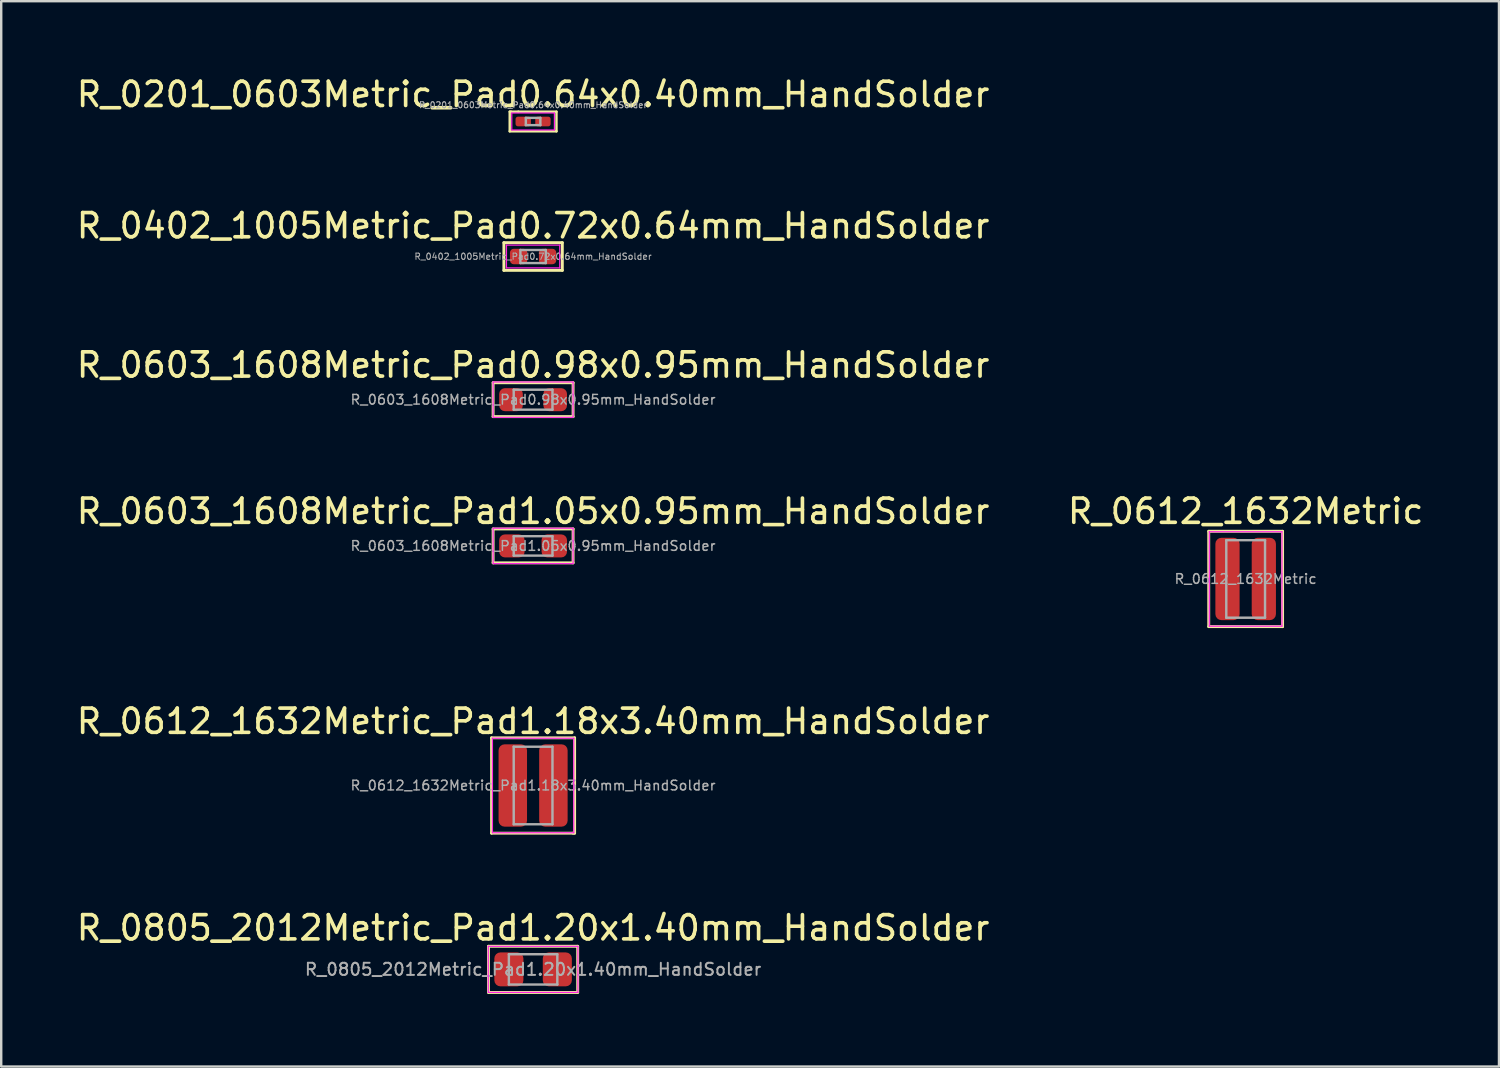
<source format=kicad_pcb>
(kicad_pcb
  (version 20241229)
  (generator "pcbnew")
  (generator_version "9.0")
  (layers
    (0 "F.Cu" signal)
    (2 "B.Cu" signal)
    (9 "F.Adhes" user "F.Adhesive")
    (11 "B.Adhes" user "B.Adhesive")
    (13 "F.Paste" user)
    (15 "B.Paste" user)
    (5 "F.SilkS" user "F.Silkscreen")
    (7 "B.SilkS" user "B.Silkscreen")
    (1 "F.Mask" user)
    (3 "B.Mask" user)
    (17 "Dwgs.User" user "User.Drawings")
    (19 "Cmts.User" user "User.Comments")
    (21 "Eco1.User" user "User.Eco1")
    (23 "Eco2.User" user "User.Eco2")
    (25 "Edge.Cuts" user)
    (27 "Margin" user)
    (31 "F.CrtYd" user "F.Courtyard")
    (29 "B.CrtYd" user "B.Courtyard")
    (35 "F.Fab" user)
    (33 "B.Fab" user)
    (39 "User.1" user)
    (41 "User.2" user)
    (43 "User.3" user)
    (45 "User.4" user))
  (footprint "R_0201_0603Metric_Pad0.64x0.40mm_HandSolder"
    (layer "F.Cu")
    (at 18.958 1.966)
    (property "Reference" "R_0201_0603Metric_Pad0.64x0.40mm_HandSolder" (at 0 -1.118 0) (layer "F.SilkS") (effects (font (size 1 1) (thickness 0.15))))
    (attr smd)
    (fp_line (start -0.965 -0.406) (end -0.965 0.406) (stroke (width 0.1) (type solid)) (layer "F.SilkS"))
    (fp_line (start -0.965 0.406) (end 0.965 0.406) (stroke (width 0.1) (type solid)) (layer "F.SilkS"))
    (fp_line (start -0.914 -0.406) (end -0.965 -0.406) (stroke (width 0.1) (type solid)) (layer "F.SilkS"))
    (fp_line (start -0.61 -0.406) (end -0.914 -0.406) (stroke (width 0.1) (type solid)) (layer "F.SilkS"))
    (fp_line (start 0.965 -0.406) (end -0.61 -0.406) (stroke (width 0.1) (type solid)) (layer "F.SilkS"))
    (fp_line (start 0.965 0.406) (end 0.965 -0.406) (stroke (width 0.1) (type solid)) (layer "F.SilkS"))
    (fp_line (start -0.88 -0.35) (end 0.88 -0.35) (stroke (width 0.05) (type solid)) (layer "F.CrtYd"))
    (fp_line (start -0.88 0.35) (end -0.88 -0.35) (stroke (width 0.05) (type solid)) (layer "F.CrtYd"))
    (fp_line (start 0.88 -0.35) (end 0.88 0.35) (stroke (width 0.05) (type solid)) (layer "F.CrtYd"))
    (fp_line (start 0.88 0.35) (end -0.88 0.35) (stroke (width 0.05) (type solid)) (layer "F.CrtYd"))
    (fp_line (start -0.3 -0.15) (end 0.3 -0.15) (stroke (width 0.1) (type solid)) (layer "F.Fab"))
    (fp_line (start -0.3 0.15) (end -0.3 -0.15) (stroke (width 0.1) (type solid)) (layer "F.Fab"))
    (fp_line (start 0.3 -0.15) (end 0.3 0.15) (stroke (width 0.1) (type solid)) (layer "F.Fab"))
    (fp_line (start 0.3 0.15) (end -0.3 0.15) (stroke (width 0.1) (type solid)) (layer "F.Fab"))
    (fp_text user "${REFERENCE}" (at 0 -0.68 0) (layer "F.Fab") (effects (font (size 0.25 0.25) (thickness 0.04))))
    (pad "" smd roundrect (at -0.432 0) (size 0.458 0.36) (layers "F.Paste") (roundrect_rratio 0.25))
    (pad "" smd roundrect (at 0.432 0) (size 0.458 0.36) (layers "F.Paste") (roundrect_rratio 0.25))
    (pad "1" smd roundrect (at -0.407 0) (size 0.635 0.4) (layers "F.Cu" "F.Mask") (roundrect_rratio 0.25))
    (pad "2" smd roundrect (at 0.407 0) (size 0.635 0.4) (layers "F.Cu" "F.Mask") (roundrect_rratio 0.25)))
  (footprint "R_0603_1608Metric_Pad1.05x0.95mm_HandSolder"
    (layer "F.Cu")
    (at 18.958 19.487)
    (property "Reference" "R_0603_1608Metric_Pad1.05x0.95mm_HandSolder" (at 0 -1.43 0) (layer "F.SilkS") (effects (font (size 1 1) (thickness 0.15))))
    (attr smd)
    (fp_line (start -1.651 -0.699) (end -1.651 0.699) (stroke (width 0.12) (type solid)) (layer "F.SilkS"))
    (fp_line (start -1.651 0.699) (end 1.651 0.699) (stroke (width 0.12) (type solid)) (layer "F.SilkS"))
    (fp_line (start 1.651 -0.699) (end -1.651 -0.699) (stroke (width 0.12) (type solid)) (layer "F.SilkS"))
    (fp_line (start 1.651 0.699) (end 1.651 -0.699) (stroke (width 0.12) (type solid)) (layer "F.SilkS"))
    (fp_line (start -1.65 -0.73) (end 1.65 -0.73) (stroke (width 0.05) (type solid)) (layer "F.CrtYd"))
    (fp_line (start -1.65 0.73) (end -1.65 -0.73) (stroke (width 0.05) (type solid)) (layer "F.CrtYd"))
    (fp_line (start 1.65 -0.73) (end 1.65 0.73) (stroke (width 0.05) (type solid)) (layer "F.CrtYd"))
    (fp_line (start 1.65 0.73) (end -1.65 0.73) (stroke (width 0.05) (type solid)) (layer "F.CrtYd"))
    (fp_line (start -0.8 -0.4) (end 0.8 -0.4) (stroke (width 0.1) (type solid)) (layer "F.Fab"))
    (fp_line (start -0.8 0.4) (end -0.8 -0.4) (stroke (width 0.1) (type solid)) (layer "F.Fab"))
    (fp_line (start 0.8 -0.4) (end 0.8 0.4) (stroke (width 0.1) (type solid)) (layer "F.Fab"))
    (fp_line (start 0.8 0.4) (end -0.8 0.4) (stroke (width 0.1) (type solid)) (layer "F.Fab"))
    (fp_text user "${REFERENCE}" (at 0 0 0) (layer "F.Fab") (effects (font (size 0.4 0.4) (thickness 0.06))))
    (pad "1" smd roundrect (at -0.875 0) (size 1.05 0.95) (layers "F.Cu" "F.Mask" "F.Paste") (roundrect_rratio 0.25))
    (pad "2" smd roundrect (at 0.875 0) (size 1.05 0.95) (layers "F.Cu" "F.Mask" "F.Paste") (roundrect_rratio 0.25)))
  (footprint "R_0612_1632Metric_Pad1.18x3.40mm_HandSolder"
    (layer "F.Cu")
    (at 18.958 29.378)
    (property "Reference" "R_0612_1632Metric_Pad1.18x3.40mm_HandSolder" (at 0 -2.65 0) (layer "F.SilkS") (effects (font (size 1 1) (thickness 0.15))))
    (attr smd)
    (fp_line (start -1.714 -1.968) (end -1.714 1.968) (stroke (width 0.12) (type solid)) (layer "F.SilkS"))
    (fp_line (start -1.714 1.968) (end 1.651 1.968) (stroke (width 0.12) (type solid)) (layer "F.SilkS"))
    (fp_line (start 1.651 1.968) (end 1.714 1.968) (stroke (width 0.12) (type solid)) (layer "F.SilkS"))
    (fp_line (start 1.714 -1.968) (end -1.714 -1.968) (stroke (width 0.12) (type solid)) (layer "F.SilkS"))
    (fp_line (start 1.714 1.968) (end 1.714 -1.968) (stroke (width 0.12) (type solid)) (layer "F.SilkS"))
    (fp_line (start -1.68 -1.95) (end 1.68 -1.95) (stroke (width 0.05) (type solid)) (layer "F.CrtYd"))
    (fp_line (start -1.68 1.95) (end -1.68 -1.95) (stroke (width 0.05) (type solid)) (layer "F.CrtYd"))
    (fp_line (start 1.68 -1.95) (end 1.68 1.95) (stroke (width 0.05) (type solid)) (layer "F.CrtYd"))
    (fp_line (start 1.68 1.95) (end -1.68 1.95) (stroke (width 0.05) (type solid)) (layer "F.CrtYd"))
    (fp_line (start -0.8 -1.6) (end 0.8 -1.6) (stroke (width 0.1) (type solid)) (layer "F.Fab"))
    (fp_line (start -0.8 1.6) (end -0.8 -1.6) (stroke (width 0.1) (type solid)) (layer "F.Fab"))
    (fp_line (start 0.8 -1.6) (end 0.8 1.6) (stroke (width 0.1) (type solid)) (layer "F.Fab"))
    (fp_line (start 0.8 1.6) (end -0.8 1.6) (stroke (width 0.1) (type solid)) (layer "F.Fab"))
    (fp_text user "${REFERENCE}" (at 0 0 0) (layer "F.Fab") (effects (font (size 0.4 0.4) (thickness 0.06))))
    (pad "1" smd roundrect (at -0.838 0) (size 1.175 3.4) (layers "F.Cu" "F.Mask" "F.Paste") (roundrect_rratio 0.213))
    (pad "2" smd roundrect (at 0.838 0) (size 1.175 3.4) (layers "F.Cu" "F.Mask" "F.Paste") (roundrect_rratio 0.213)))
  (footprint "R_0612_1632Metric"
    (layer "F.Cu")
    (at 48.375 20.851)
    (property "Reference" "R_0612_1632Metric" (at 0 -2.794 0) (layer "F.SilkS") (effects (font (size 1 1) (thickness 0.15))))
    (attr smd)
    (fp_line (start -1.524 -1.968) (end -1.524 1.968) (stroke (width 0.12) (type solid)) (layer "F.SilkS"))
    (fp_line (start -1.524 1.968) (end 1.524 1.968) (stroke (width 0.12) (type solid)) (layer "F.SilkS"))
    (fp_line (start 1.524 -1.968) (end -1.524 -1.968) (stroke (width 0.12) (type solid)) (layer "F.SilkS"))
    (fp_line (start 1.524 1.968) (end 1.524 -1.968) (stroke (width 0.12) (type solid)) (layer "F.SilkS"))
    (fp_line (start -1.5 -1.95) (end 1.5 -1.95) (stroke (width 0.05) (type solid)) (layer "F.CrtYd"))
    (fp_line (start -1.5 1.95) (end -1.5 -1.95) (stroke (width 0.05) (type solid)) (layer "F.CrtYd"))
    (fp_line (start 1.5 -1.95) (end 1.5 1.95) (stroke (width 0.05) (type solid)) (layer "F.CrtYd"))
    (fp_line (start 1.5 1.95) (end -1.5 1.95) (stroke (width 0.05) (type solid)) (layer "F.CrtYd"))
    (fp_line (start -0.8 -1.6) (end 0.8 -1.6) (stroke (width 0.1) (type solid)) (layer "F.Fab"))
    (fp_line (start -0.8 1.6) (end -0.8 -1.6) (stroke (width 0.1) (type solid)) (layer "F.Fab"))
    (fp_line (start 0.8 -1.6) (end 0.8 1.6) (stroke (width 0.1) (type solid)) (layer "F.Fab"))
    (fp_line (start 0.8 1.6) (end -0.8 1.6) (stroke (width 0.1) (type solid)) (layer "F.Fab"))
    (fp_text user "${REFERENCE}" (at 0 0 0) (layer "F.Fab") (effects (font (size 0.4 0.4) (thickness 0.06))))
    (pad "1" smd roundrect (at -0.75 0) (size 1 3.4) (layers "F.Cu" "F.Mask" "F.Paste") (roundrect_rratio 0.25))
    (pad "2" smd roundrect (at 0.75 0) (size 1 3.4) (layers "F.Cu" "F.Mask" "F.Paste") (roundrect_rratio 0.25)))
  (footprint "R_0603_1608Metric_Pad0.98x0.95mm_HandSolder"
    (layer "F.Cu")
    (at 18.958 13.45)
    (property "Reference" "R_0603_1608Metric_Pad0.98x0.95mm_HandSolder" (at 0 -1.43 0) (layer "F.SilkS") (effects (font (size 1 1) (thickness 0.15))))
    (attr smd)
    (fp_line (start -1.651 -0.699) (end -1.651 0.699) (stroke (width 0.12) (type solid)) (layer "F.SilkS"))
    (fp_line (start -1.651 0.699) (end 1.651 0.699) (stroke (width 0.12) (type solid)) (layer "F.SilkS"))
    (fp_line (start 1.651 -0.699) (end -1.651 -0.699) (stroke (width 0.12) (type solid)) (layer "F.SilkS"))
    (fp_line (start 1.651 0.699) (end 1.651 -0.699) (stroke (width 0.12) (type solid)) (layer "F.SilkS"))
    (fp_line (start -1.65 -0.73) (end 1.65 -0.73) (stroke (width 0.05) (type solid)) (layer "F.CrtYd"))
    (fp_line (start -1.65 0.73) (end -1.65 -0.73) (stroke (width 0.05) (type solid)) (layer "F.CrtYd"))
    (fp_line (start 1.65 -0.73) (end 1.65 0.73) (stroke (width 0.05) (type solid)) (layer "F.CrtYd"))
    (fp_line (start 1.65 0.73) (end -1.65 0.73) (stroke (width 0.05) (type solid)) (layer "F.CrtYd"))
    (fp_line (start -0.8 -0.412) (end 0.8 -0.412) (stroke (width 0.1) (type solid)) (layer "F.Fab"))
    (fp_line (start -0.8 0.412) (end -0.8 -0.412) (stroke (width 0.1) (type solid)) (layer "F.Fab"))
    (fp_line (start 0.8 -0.412) (end 0.8 0.412) (stroke (width 0.1) (type solid)) (layer "F.Fab"))
    (fp_line (start 0.8 0.412) (end -0.8 0.412) (stroke (width 0.1) (type solid)) (layer "F.Fab"))
    (fp_text user "${REFERENCE}" (at 0 0 0) (layer "F.Fab") (effects (font (size 0.4 0.4) (thickness 0.06))))
    (pad "1" smd roundrect (at -0.912 0) (size 0.975 0.95) (layers "F.Cu" "F.Mask" "F.Paste") (roundrect_rratio 0.25))
    (pad "2" smd roundrect (at 0.912 0) (size 0.975 0.95) (layers "F.Cu" "F.Mask" "F.Paste") (roundrect_rratio 0.25)))
  (footprint "R_0402_1005Metric_Pad0.72x0.64mm_HandSolder"
    (layer "F.Cu")
    (at 18.958 7.54)
    (property "Reference" "R_0402_1005Metric_Pad0.72x0.64mm_HandSolder" (at 0 -1.27 0) (layer "F.SilkS") (effects (font (size 1 1) (thickness 0.15))))
    (attr smd)
    (fp_line (start -1.206 -0.572) (end -1.206 0.572) (stroke (width 0.12) (type solid)) (layer "F.SilkS"))
    (fp_line (start -1.206 0.572) (end 1.206 0.572) (stroke (width 0.12) (type solid)) (layer "F.SilkS"))
    (fp_line (start 1.206 -0.572) (end -1.206 -0.572) (stroke (width 0.12) (type solid)) (layer "F.SilkS"))
    (fp_line (start 1.206 0.572) (end 1.206 -0.572) (stroke (width 0.12) (type solid)) (layer "F.SilkS"))
    (fp_line (start -1.1 -0.47) (end 1.1 -0.47) (stroke (width 0.05) (type solid)) (layer "F.CrtYd"))
    (fp_line (start -1.1 0.47) (end -1.1 -0.47) (stroke (width 0.05) (type solid)) (layer "F.CrtYd"))
    (fp_line (start 1.1 -0.47) (end 1.1 0.47) (stroke (width 0.05) (type solid)) (layer "F.CrtYd"))
    (fp_line (start 1.1 0.47) (end -1.1 0.47) (stroke (width 0.05) (type solid)) (layer "F.CrtYd"))
    (fp_line (start -0.525 -0.27) (end 0.525 -0.27) (stroke (width 0.1) (type solid)) (layer "F.Fab"))
    (fp_line (start -0.525 0.27) (end -0.525 -0.27) (stroke (width 0.1) (type solid)) (layer "F.Fab"))
    (fp_line (start 0.525 -0.27) (end 0.525 0.27) (stroke (width 0.1) (type solid)) (layer "F.Fab"))
    (fp_line (start 0.525 0.27) (end -0.525 0.27) (stroke (width 0.1) (type solid)) (layer "F.Fab"))
    (fp_text user "${REFERENCE}" (at 0 0 0) (layer "F.Fab") (effects (font (size 0.26 0.26) (thickness 0.04))))
    (pad "1" smd roundrect (at -0.598 0) (size 0.715 0.64) (layers "F.Cu" "F.Mask" "F.Paste") (roundrect_rratio 0.25))
    (pad "2" smd roundrect (at 0.598 0) (size 0.715 0.64) (layers "F.Cu" "F.Mask" "F.Paste") (roundrect_rratio 0.25)))
  (footprint "R_0805_2012Metric_Pad1.20x1.40mm_HandSolder"
    (layer "F.Cu")
    (at 18.958 36.969)
    (property "Reference" "R_0805_2012Metric_Pad1.20x1.40mm_HandSolder" (at 0 -1.714 0) (layer "F.SilkS") (effects (font (size 1 1) (thickness 0.15))))
    (attr smd)
    (fp_line (start -1.841 -0.953) (end -1.841 0.953) (stroke (width 0.12) (type solid)) (layer "F.SilkS"))
    (fp_line (start -1.841 0.953) (end 1.841 0.953) (stroke (width 0.12) (type solid)) (layer "F.SilkS"))
    (fp_line (start 1.841 -0.953) (end -1.841 -0.953) (stroke (width 0.12) (type solid)) (layer "F.SilkS"))
    (fp_line (start 1.841 0.953) (end 1.841 -0.953) (stroke (width 0.12) (type solid)) (layer "F.SilkS"))
    (fp_line (start -1.85 -0.95) (end 1.85 -0.95) (stroke (width 0.05) (type solid)) (layer "F.CrtYd"))
    (fp_line (start -1.85 0.95) (end -1.85 -0.95) (stroke (width 0.05) (type solid)) (layer "F.CrtYd"))
    (fp_line (start 1.85 -0.95) (end 1.85 0.95) (stroke (width 0.05) (type solid)) (layer "F.CrtYd"))
    (fp_line (start 1.85 0.95) (end -1.85 0.95) (stroke (width 0.05) (type solid)) (layer "F.CrtYd"))
    (fp_line (start -1 -0.625) (end 1 -0.625) (stroke (width 0.1) (type solid)) (layer "F.Fab"))
    (fp_line (start -1 0.625) (end -1 -0.625) (stroke (width 0.1) (type solid)) (layer "F.Fab"))
    (fp_line (start 1 -0.625) (end 1 0.625) (stroke (width 0.1) (type solid)) (layer "F.Fab"))
    (fp_line (start 1 0.625) (end -1 0.625) (stroke (width 0.1) (type solid)) (layer "F.Fab"))
    (fp_text user "${REFERENCE}" (at 0 0 0) (layer "F.Fab") (effects (font (size 0.5 0.5) (thickness 0.08))))
    (pad "1" smd roundrect (at -1 0) (size 1.2 1.4) (layers "F.Cu" "F.Mask" "F.Paste") (roundrect_rratio 0.208))
    (pad "2" smd roundrect (at 1 0) (size 1.2 1.4) (layers "F.Cu" "F.Mask" "F.Paste") (roundrect_rratio 0.208)))
  (gr_rect
    (start -3 -3)
    (end 58.833 40.981)
    (stroke (width 0.1) (type default))
    (fill no)
    (layer "Edge.Cuts")))
</source>
